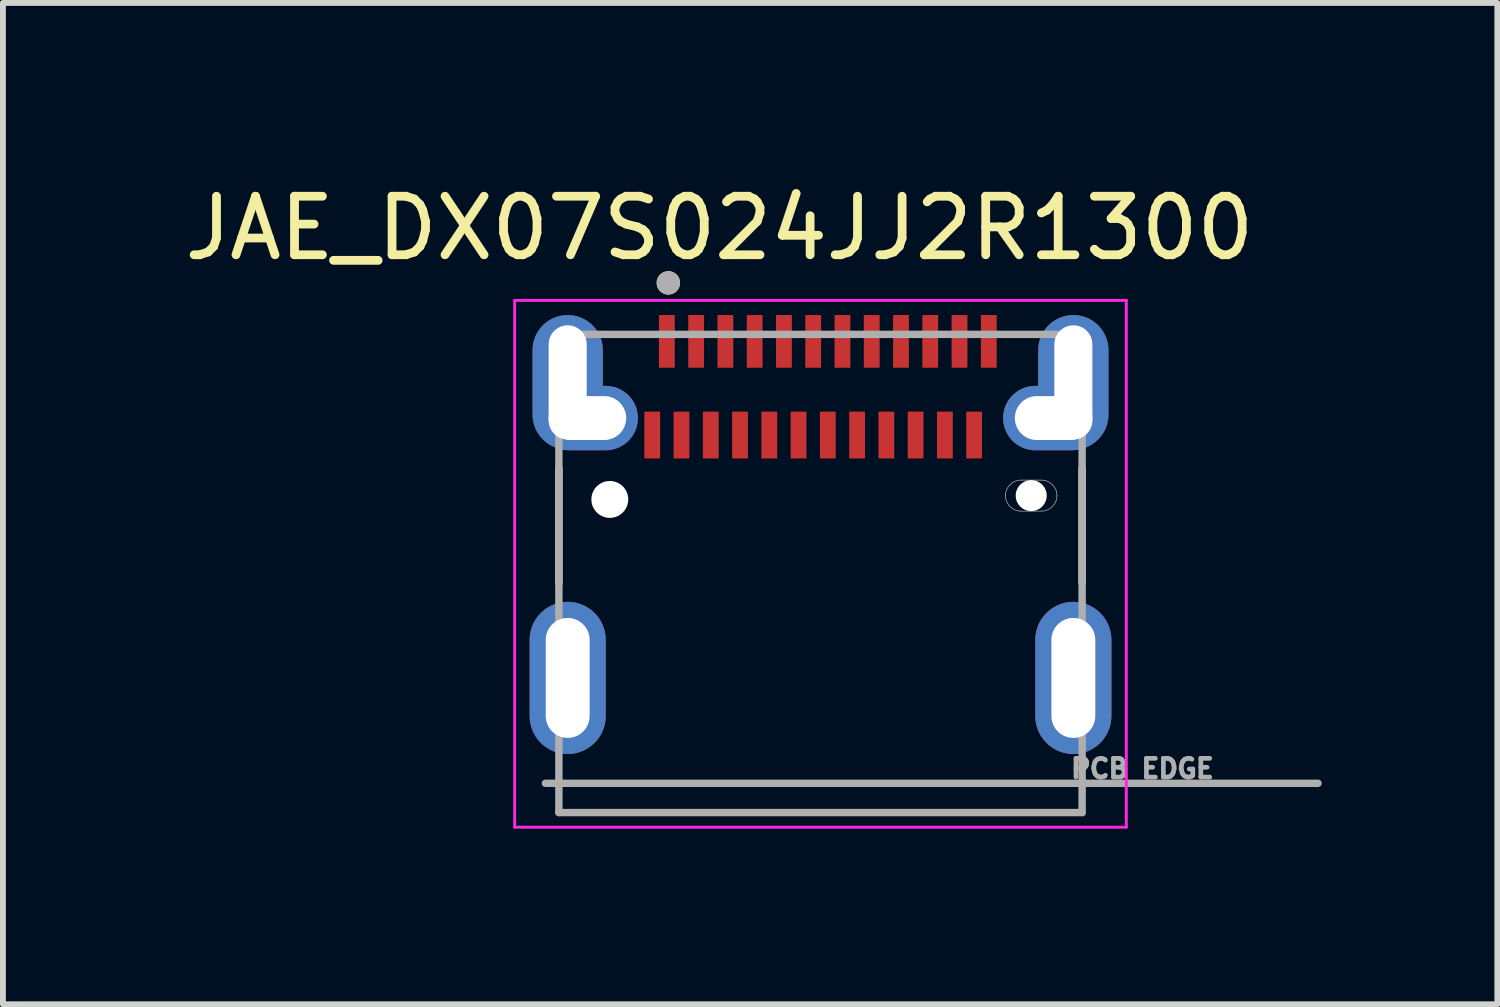
<source format=kicad_pcb>
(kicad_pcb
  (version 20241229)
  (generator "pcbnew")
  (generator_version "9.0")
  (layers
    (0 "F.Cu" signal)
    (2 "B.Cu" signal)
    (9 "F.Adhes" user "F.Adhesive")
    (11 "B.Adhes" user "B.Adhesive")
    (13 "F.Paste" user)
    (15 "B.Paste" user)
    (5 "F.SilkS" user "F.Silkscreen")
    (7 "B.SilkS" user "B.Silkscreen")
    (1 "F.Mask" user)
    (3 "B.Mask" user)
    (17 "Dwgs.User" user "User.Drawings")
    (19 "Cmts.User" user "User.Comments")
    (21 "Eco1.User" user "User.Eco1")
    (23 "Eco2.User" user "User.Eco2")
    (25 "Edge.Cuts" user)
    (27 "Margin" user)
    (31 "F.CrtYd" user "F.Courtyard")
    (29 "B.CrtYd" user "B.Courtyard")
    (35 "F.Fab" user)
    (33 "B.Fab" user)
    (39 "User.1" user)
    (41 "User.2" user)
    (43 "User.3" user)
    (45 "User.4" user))
  (footprint "JAE_DX07S024JJ2R1300"
    (layer "F.Cu")
    (at 10.969 5.483)
    (property "Reference" "JAE_DX07S024JJ2R1300" (at -1.725 -4.635 180) (layer "F.SilkS") (effects (font (size 1 1) (thickness 0.15))))
    (attr smd)
    (fp_line (start -4.47 -0.53) (end -4.47 1.43) (stroke (width 0.127) (type solid)) (layer "F.SilkS"))
    (fp_line (start 4.47 -0.53) (end 4.47 1.43) (stroke (width 0.127) (type solid)) (layer "F.SilkS"))
    (fp_circle (center -2.6 -3.7) (end -2.5 -3.7) (stroke (width 0.2) (type solid)) (fill no) (layer "F.SilkS"))
    (fp_line (start 3.425 -0.33) (end 3.775 -0.33) (stroke (width 0.01) (type solid)) (layer "Edge.Cuts"))
    (fp_line (start 3.775 0.2) (end 3.425 0.2) (stroke (width 0.01) (type solid)) (layer "Edge.Cuts"))
    (fp_arc (start 3.16 -0.065) (mid 3.237617 -0.252383) (end 3.425 -0.33) (stroke (width 0.01) (type solid)) (layer "Edge.Cuts"))
    (fp_arc (start 3.425 0.2) (mid 3.237617 0.122383) (end 3.16 -0.065) (stroke (width 0.01) (type solid)) (layer "Edge.Cuts"))
    (fp_arc (start 3.775 -0.33) (mid 3.962383 -0.252383) (end 4.04 -0.065) (stroke (width 0.01) (type solid)) (layer "Edge.Cuts"))
    (fp_arc (start 4.04 -0.065) (mid 3.962383 0.122383) (end 3.775 0.2) (stroke (width 0.01) (type solid)) (layer "Edge.Cuts"))
    (fp_line (start -5.225 -3.4) (end -5.225 5.6) (stroke (width 0.05) (type solid)) (layer "F.CrtYd"))
    (fp_line (start -5.225 5.6) (end 5.225 5.6) (stroke (width 0.05) (type solid)) (layer "F.CrtYd"))
    (fp_line (start 5.225 -3.4) (end -5.225 -3.4) (stroke (width 0.05) (type solid)) (layer "F.CrtYd"))
    (fp_line (start 5.225 5.6) (end 5.225 -3.4) (stroke (width 0.05) (type solid)) (layer "F.CrtYd"))
    (fp_line (start -4.7 4.85) (end 8.5 4.85) (stroke (width 0.127) (type solid)) (layer "F.Fab"))
    (fp_line (start -4.47 -2.82) (end 4.47 -2.82) (stroke (width 0.127) (type solid)) (layer "F.Fab"))
    (fp_line (start -4.47 5.35) (end -4.47 -2.82) (stroke (width 0.127) (type solid)) (layer "F.Fab"))
    (fp_line (start 4.47 -2.82) (end 4.47 5.35) (stroke (width 0.127) (type solid)) (layer "F.Fab"))
    (fp_line (start 4.47 5.35) (end -4.47 5.35) (stroke (width 0.127) (type solid)) (layer "F.Fab"))
    (fp_circle (center -2.6 -3.7) (end -2.5 -3.7) (stroke (width 0.2) (type solid)) (fill no) (layer "F.Fab"))
    (fp_text user "PCB EDGE" (at 5.5 4.6 180) (layer "F.Fab") (effects (font (size 0.32 0.32) (thickness 0.15))))
    (pad "" np_thru_hole circle (at -3.6 0) (size 0.63 0.63) (drill 0.63) (layers "*.Cu" "*.Mask"))
    (pad "" np_thru_hole circle (at 3.6 -0.065) (size 0.53 0.53) (drill 0.53) (layers "*.Cu" "*.Mask"))
    (pad "A1" smd rect (at -2.625 -2.7) (size 0.27 0.9) (layers "F.Cu" "F.Mask" "F.Paste"))
    (pad "A2" smd rect (at -2.125 -2.7) (size 0.27 0.9) (layers "F.Cu" "F.Mask" "F.Paste"))
    (pad "A3" smd rect (at -1.625 -2.7) (size 0.27 0.9) (layers "F.Cu" "F.Mask" "F.Paste"))
    (pad "A4" smd rect (at -1.125 -2.7) (size 0.27 0.9) (layers "F.Cu" "F.Mask" "F.Paste"))
    (pad "A5" smd rect (at -0.625 -2.7) (size 0.27 0.9) (layers "F.Cu" "F.Mask" "F.Paste"))
    (pad "A6" smd rect (at -0.125 -2.7) (size 0.27 0.9) (layers "F.Cu" "F.Mask" "F.Paste"))
    (pad "A7" smd rect (at 0.375 -2.7) (size 0.27 0.9) (layers "F.Cu" "F.Mask" "F.Paste"))
    (pad "A8" smd rect (at 0.875 -2.7) (size 0.27 0.9) (layers "F.Cu" "F.Mask" "F.Paste"))
    (pad "A9" smd rect (at 1.375 -2.7) (size 0.27 0.9) (layers "F.Cu" "F.Mask" "F.Paste"))
    (pad "A10" smd rect (at 1.875 -2.7) (size 0.27 0.9) (layers "F.Cu" "F.Mask" "F.Paste"))
    (pad "A11" smd rect (at 2.375 -2.7) (size 0.27 0.9) (layers "F.Cu" "F.Mask" "F.Paste"))
    (pad "A12" smd rect (at 2.875 -2.7) (size 0.27 0.9) (layers "F.Cu" "F.Mask" "F.Paste"))
    (pad "B1" smd rect (at 2.625 -1.1) (size 0.27 0.8) (layers "F.Cu" "F.Mask" "F.Paste"))
    (pad "B2" smd rect (at 2.125 -1.1) (size 0.27 0.8) (layers "F.Cu" "F.Mask" "F.Paste"))
    (pad "B3" smd rect (at 1.625 -1.1) (size 0.27 0.8) (layers "F.Cu" "F.Mask" "F.Paste"))
    (pad "B4" smd rect (at 1.125 -1.1) (size 0.27 0.8) (layers "F.Cu" "F.Mask" "F.Paste"))
    (pad "B5" smd rect (at 0.625 -1.1) (size 0.27 0.8) (layers "F.Cu" "F.Mask" "F.Paste"))
    (pad "B6" smd rect (at 0.125 -1.1) (size 0.27 0.8) (layers "F.Cu" "F.Mask" "F.Paste"))
    (pad "B7" smd rect (at -0.375 -1.1) (size 0.27 0.8) (layers "F.Cu" "F.Mask" "F.Paste"))
    (pad "B8" smd rect (at -0.875 -1.1) (size 0.27 0.8) (layers "F.Cu" "F.Mask" "F.Paste"))
    (pad "B9" smd rect (at -1.375 -1.1) (size 0.27 0.8) (layers "F.Cu" "F.Mask" "F.Paste"))
    (pad "B10" smd rect (at -1.875 -1.1) (size 0.27 0.8) (layers "F.Cu" "F.Mask" "F.Paste"))
    (pad "B11" smd rect (at -2.375 -1.1) (size 0.27 0.8) (layers "F.Cu" "F.Mask" "F.Paste"))
    (pad "B12" smd rect (at -2.875 -1.1) (size 0.27 0.8) (layers "F.Cu" "F.Mask" "F.Paste"))
    (pad "S1" thru_hole oval (at -4.32 3.05) (size 1.3 2.6) (drill oval 0.75 2.05) (layers "*.Cu" "*.Mask"))
    (pad "S2" thru_hole oval (at 4.32 3.05) (size 1.3 2.6) (drill oval 0.75 2.05) (layers "*.Cu" "*.Mask"))
    (pad "S3" thru_hole oval (at 3.983 -1.39 90) (size 1.1 1.725) (drill oval 0.75 1.325) (layers "*.Cu" "*.Mask"))
    (pad "S3" thru_hole oval (at 4.32 -2) (size 1.2 2.3) (drill oval 0.65 1.95) (layers "*.Cu" "*.Mask"))
    (pad "S4" thru_hole oval (at -4.32 -2) (size 1.2 2.3) (drill oval 0.65 1.95) (layers "*.Cu" "*.Mask"))
    (pad "S4" thru_hole oval (at -3.983 -1.39 270) (size 1.1 1.725) (drill oval 0.75 1.325) (layers "*.Cu" "*.Mask")))
  (gr_rect
    (start -3 -3)
    (end 22.533 14.108)
    (stroke (width 0.1) (type default))
    (fill no)
    (layer "Edge.Cuts")))
</source>
